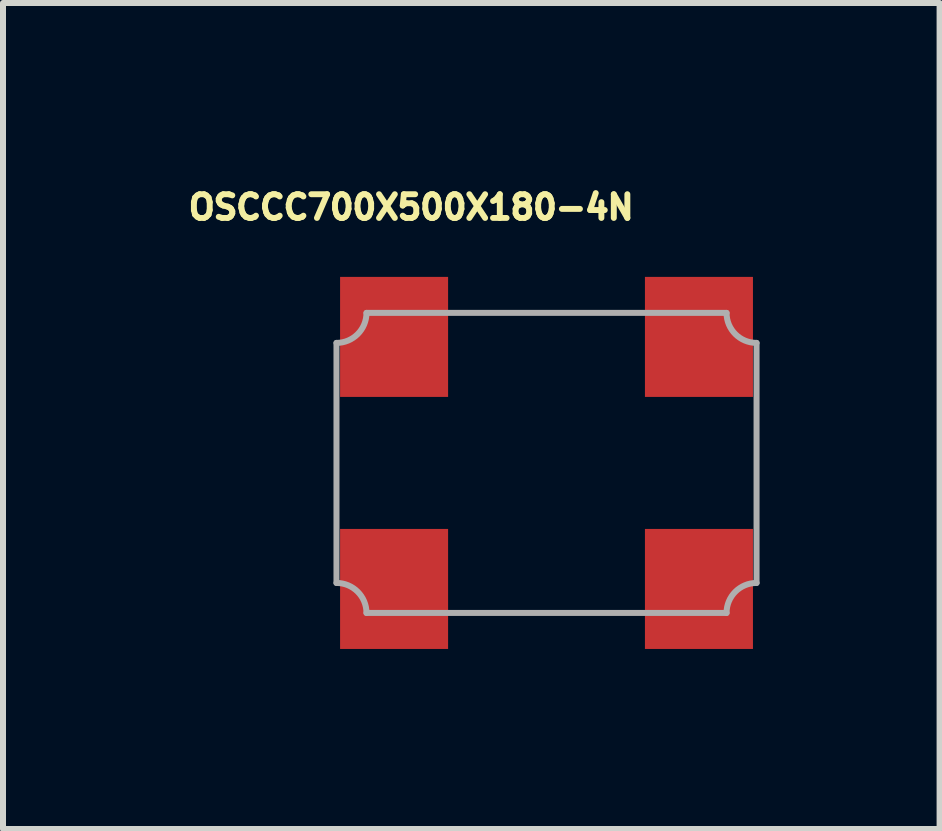
<source format=kicad_pcb>
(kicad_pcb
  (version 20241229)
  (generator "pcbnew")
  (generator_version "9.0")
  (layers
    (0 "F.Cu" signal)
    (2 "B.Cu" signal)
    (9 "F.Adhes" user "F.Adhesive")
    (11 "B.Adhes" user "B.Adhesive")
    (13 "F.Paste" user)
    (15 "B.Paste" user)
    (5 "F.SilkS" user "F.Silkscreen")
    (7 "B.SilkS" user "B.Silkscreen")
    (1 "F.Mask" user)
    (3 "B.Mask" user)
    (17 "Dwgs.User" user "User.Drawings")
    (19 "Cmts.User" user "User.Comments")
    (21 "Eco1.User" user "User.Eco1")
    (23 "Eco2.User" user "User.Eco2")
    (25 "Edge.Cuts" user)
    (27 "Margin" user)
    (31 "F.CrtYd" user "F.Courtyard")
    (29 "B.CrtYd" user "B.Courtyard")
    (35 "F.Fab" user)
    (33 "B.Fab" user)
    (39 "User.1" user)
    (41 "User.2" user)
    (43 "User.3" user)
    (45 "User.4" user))
  (footprint "OSCCC700X500X180-4N"
    (layer "F.Cu")
    (at 6.057 4.664)
    (property "Reference" "OSCCC700X500X180-4N" (at -2.255 -4.26 0) (layer "F.SilkS") (effects (font (size 0.395 0.395) (thickness 0.15))))
    (attr through_hole)
    (fp_line (start -3.5 -2) (end -3.5 2) (stroke (width 0.1) (type solid)) (layer "F.Fab"))
    (fp_line (start -3 2.5) (end 3 2.5) (stroke (width 0.1) (type solid)) (layer "F.Fab"))
    (fp_line (start 3 -2.5) (end -3 -2.5) (stroke (width 0.1) (type solid)) (layer "F.Fab"))
    (fp_line (start 3.5 2) (end 3.5 -2) (stroke (width 0.1) (type solid)) (layer "F.Fab"))
    (fp_arc (start -3.5 2) (mid -3.146447 2.146447) (end -3 2.5) (stroke (width 0.1) (type solid)) (layer "F.Fab"))
    (fp_arc (start -3 -2.5) (mid -3.146447 -2.146447) (end -3.5 -2) (stroke (width 0.1) (type solid)) (layer "F.Fab"))
    (fp_arc (start 3 2.5) (mid 3.146447 2.146447) (end 3.5 2) (stroke (width 0.1) (type solid)) (layer "F.Fab"))
    (fp_arc (start 3.5 -2) (mid 3.146447 -2.146447) (end 3 -2.5) (stroke (width 0.1) (type solid)) (layer "F.Fab"))
    (pad "1" smd rect (at -2.54 2.1) (size 1.8 2) (layers "F.Cu" "F.Mask" "F.Paste"))
    (pad "2" smd rect (at 2.54 2.1) (size 1.8 2) (layers "F.Cu" "F.Mask" "F.Paste"))
    (pad "3" smd rect (at 2.54 -2.1) (size 1.8 2) (layers "F.Cu" "F.Mask" "F.Paste"))
    (pad "4" smd rect (at -2.54 -2.1) (size 1.8 2) (layers "F.Cu" "F.Mask" "F.Paste")))
  (gr_rect
    (start -3 -3)
    (end 12.607 10.764)
    (stroke (width 0.1) (type default))
    (fill no)
    (layer "Edge.Cuts")))
</source>
